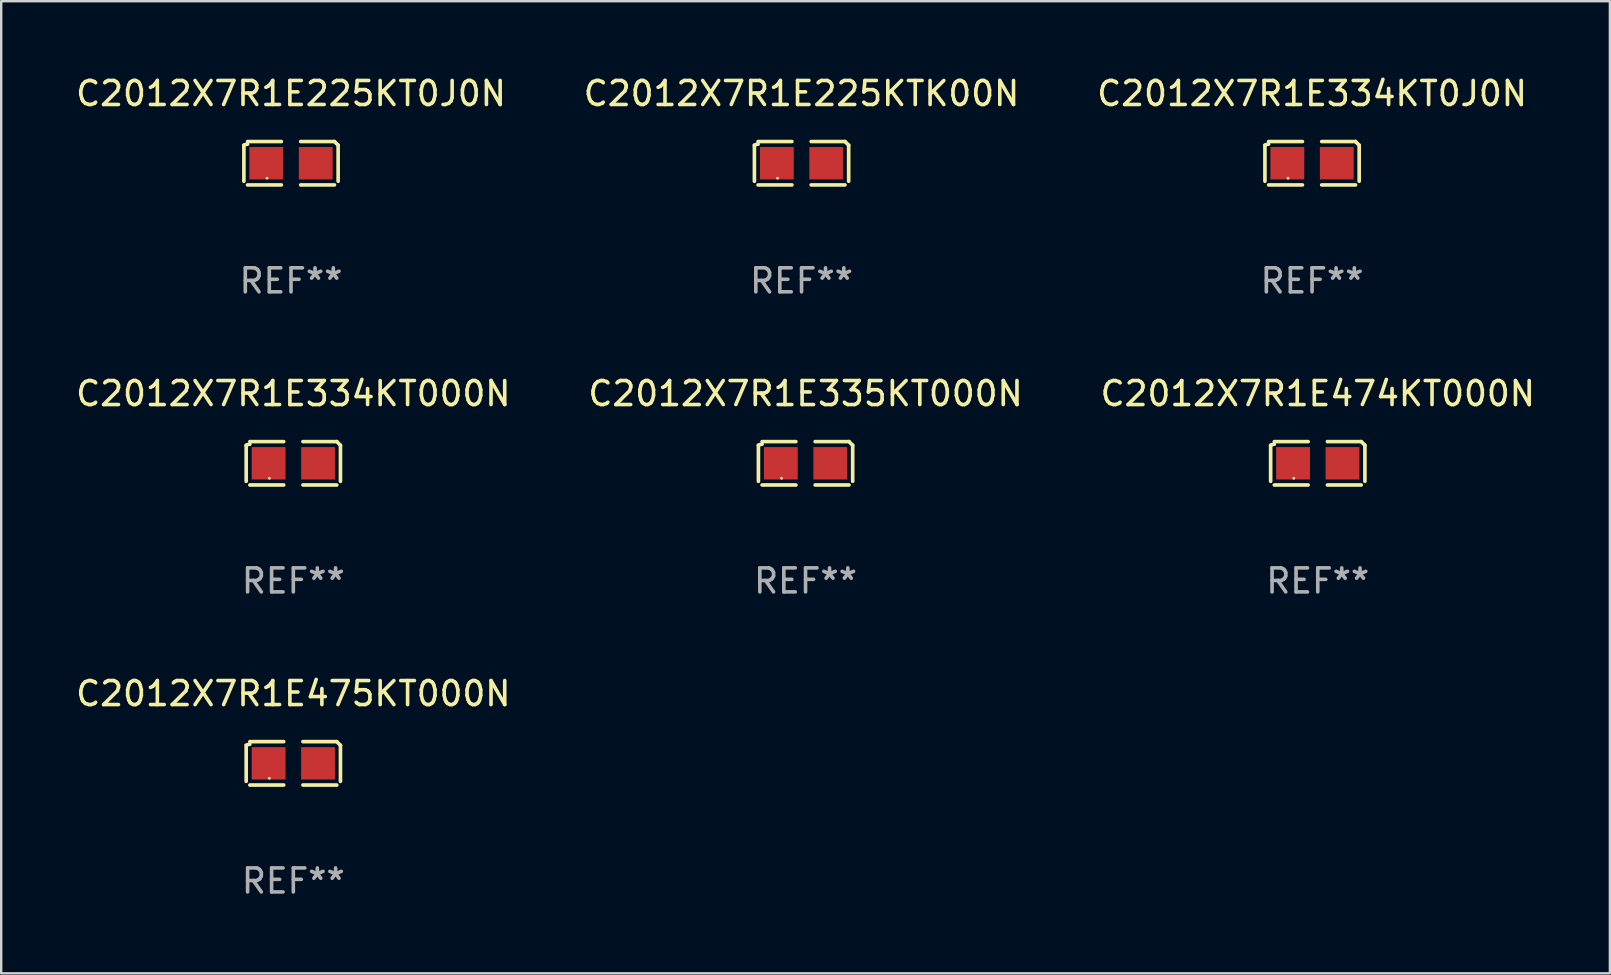
<source format=kicad_pcb>
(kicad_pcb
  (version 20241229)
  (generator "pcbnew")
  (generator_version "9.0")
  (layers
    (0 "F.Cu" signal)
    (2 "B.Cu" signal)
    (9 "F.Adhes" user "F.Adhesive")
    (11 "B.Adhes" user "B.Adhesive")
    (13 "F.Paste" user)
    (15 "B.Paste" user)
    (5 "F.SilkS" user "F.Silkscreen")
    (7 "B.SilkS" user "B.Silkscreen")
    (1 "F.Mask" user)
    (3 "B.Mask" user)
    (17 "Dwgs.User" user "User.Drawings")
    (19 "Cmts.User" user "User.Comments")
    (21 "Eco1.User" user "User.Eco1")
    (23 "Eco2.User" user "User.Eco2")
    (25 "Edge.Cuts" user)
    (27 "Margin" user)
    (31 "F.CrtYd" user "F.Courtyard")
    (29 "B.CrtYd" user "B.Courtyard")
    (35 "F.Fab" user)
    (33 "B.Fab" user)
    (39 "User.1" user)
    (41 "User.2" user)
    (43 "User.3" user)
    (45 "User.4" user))
  (footprint "C2012X7R1E225KTK00N"
    (layer "F.Cu")
    (at 30.351 3.752)
    (property "Reference" "C2012X7R1E225KTK00N" (at 0 -2.904 0) (layer "F.SilkS") (effects (font (size 1 1) (thickness 0.15))))
    (attr through_hole)
    (fp_line (start -1.964 0.751) (end -1.964 -0.751) (stroke (width 0.152) (type solid)) (layer "F.SilkS"))
    (fp_line (start -1.811 -0.904) (end -0.401 -0.904) (stroke (width 0.152) (type solid)) (layer "F.SilkS"))
    (fp_line (start -0.401 0.904) (end -1.811 0.904) (stroke (width 0.152) (type solid)) (layer "F.SilkS"))
    (fp_line (start 0.401 0.904) (end 1.811 0.904) (stroke (width 0.152) (type solid)) (layer "F.SilkS"))
    (fp_line (start 1.811 -0.904) (end 0.401 -0.904) (stroke (width 0.152) (type solid)) (layer "F.SilkS"))
    (fp_line (start 1.964 0.751) (end 1.964 -0.751) (stroke (width 0.152) (type solid)) (layer "F.SilkS"))
    (fp_arc (start -1.963602 -0.751207) (mid -1.890354 -0.783131) (end -1.811201 -0.794044) (stroke (width 0.1524) (type solid)) (layer "F.SilkS"))
    (fp_arc (start 1.811202 -0.903607) (mid 1.887413 -0.827418) (end 1.963602 -0.751207) (stroke (width 0.1524) (type solid)) (layer "F.SilkS"))
    (fp_circle (center -1 0.625) (end -0.97 0.625) (stroke (width 0.06) (type solid)) (fill no) (layer "F.SilkS"))
    (fp_text user "REF**" (at 0 4.904 0) (layer "F.Fab") (effects (font (size 1 1) (thickness 0.15))))
    (pad "1" smd rect (at -1.03 0) (size 1.41 1.35) (layers "F.Cu" "F.Mask" "F.Paste"))
    (pad "2" smd rect (at 1.03 0) (size 1.41 1.35) (layers "F.Cu" "F.Mask" "F.Paste")))
  (footprint "C2012X7R1E475KT000N"
    (layer "F.Cu")
    (at 9.173 28.759)
    (property "Reference" "C2012X7R1E475KT000N" (at 0 -2.904 0) (layer "F.SilkS") (effects (font (size 1 1) (thickness 0.15))))
    (attr through_hole)
    (fp_line (start -1.964 0.751) (end -1.964 -0.751) (stroke (width 0.152) (type solid)) (layer "F.SilkS"))
    (fp_line (start -1.811 -0.904) (end -0.401 -0.904) (stroke (width 0.152) (type solid)) (layer "F.SilkS"))
    (fp_line (start -0.401 0.904) (end -1.811 0.904) (stroke (width 0.152) (type solid)) (layer "F.SilkS"))
    (fp_line (start 0.401 0.904) (end 1.811 0.904) (stroke (width 0.152) (type solid)) (layer "F.SilkS"))
    (fp_line (start 1.811 -0.904) (end 0.401 -0.904) (stroke (width 0.152) (type solid)) (layer "F.SilkS"))
    (fp_line (start 1.964 0.751) (end 1.964 -0.751) (stroke (width 0.152) (type solid)) (layer "F.SilkS"))
    (fp_arc (start -1.963602 -0.751207) (mid -1.890354 -0.783131) (end -1.811201 -0.794044) (stroke (width 0.1524) (type solid)) (layer "F.SilkS"))
    (fp_arc (start 1.811202 -0.903607) (mid 1.887413 -0.827418) (end 1.963602 -0.751207) (stroke (width 0.1524) (type solid)) (layer "F.SilkS"))
    (fp_circle (center -1 0.625) (end -0.97 0.625) (stroke (width 0.06) (type solid)) (fill no) (layer "F.SilkS"))
    (fp_text user "REF**" (at 0 4.904 0) (layer "F.Fab") (effects (font (size 1 1) (thickness 0.15))))
    (pad "1" smd rect (at -1.03 0) (size 1.41 1.35) (layers "F.Cu" "F.Mask" "F.Paste"))
    (pad "2" smd rect (at 1.03 0) (size 1.41 1.35) (layers "F.Cu" "F.Mask" "F.Paste")))
  (footprint "C2012X7R1E225KT0J0N"
    (layer "F.Cu")
    (at 9.077 3.752)
    (property "Reference" "C2012X7R1E225KT0J0N" (at 0 -2.904 0) (layer "F.SilkS") (effects (font (size 1 1) (thickness 0.15))))
    (attr through_hole)
    (fp_line (start -1.964 0.751) (end -1.964 -0.751) (stroke (width 0.152) (type solid)) (layer "F.SilkS"))
    (fp_line (start -1.811 -0.904) (end -0.401 -0.904) (stroke (width 0.152) (type solid)) (layer "F.SilkS"))
    (fp_line (start -0.401 0.904) (end -1.811 0.904) (stroke (width 0.152) (type solid)) (layer "F.SilkS"))
    (fp_line (start 0.401 0.904) (end 1.811 0.904) (stroke (width 0.152) (type solid)) (layer "F.SilkS"))
    (fp_line (start 1.811 -0.904) (end 0.401 -0.904) (stroke (width 0.152) (type solid)) (layer "F.SilkS"))
    (fp_line (start 1.964 0.751) (end 1.964 -0.751) (stroke (width 0.152) (type solid)) (layer "F.SilkS"))
    (fp_arc (start -1.963602 -0.751207) (mid -1.890354 -0.783131) (end -1.811201 -0.794044) (stroke (width 0.1524) (type solid)) (layer "F.SilkS"))
    (fp_arc (start 1.811202 -0.903607) (mid 1.887413 -0.827418) (end 1.963602 -0.751207) (stroke (width 0.1524) (type solid)) (layer "F.SilkS"))
    (fp_circle (center -1 0.625) (end -0.97 0.625) (stroke (width 0.06) (type solid)) (fill no) (layer "F.SilkS"))
    (fp_text user "REF**" (at 0 4.904 0) (layer "F.Fab") (effects (font (size 1 1) (thickness 0.15))))
    (pad "1" smd rect (at -1.03 0) (size 1.41 1.35) (layers "F.Cu" "F.Mask" "F.Paste"))
    (pad "2" smd rect (at 1.03 0) (size 1.41 1.35) (layers "F.Cu" "F.Mask" "F.Paste")))
  (footprint "C2012X7R1E334KT000N"
    (layer "F.Cu")
    (at 9.173 16.256)
    (property "Reference" "C2012X7R1E334KT000N" (at 0 -2.904 0) (layer "F.SilkS") (effects (font (size 1 1) (thickness 0.15))))
    (attr through_hole)
    (fp_line (start -1.964 0.751) (end -1.964 -0.751) (stroke (width 0.152) (type solid)) (layer "F.SilkS"))
    (fp_line (start -1.811 -0.904) (end -0.401 -0.904) (stroke (width 0.152) (type solid)) (layer "F.SilkS"))
    (fp_line (start -0.401 0.904) (end -1.811 0.904) (stroke (width 0.152) (type solid)) (layer "F.SilkS"))
    (fp_line (start 0.401 0.904) (end 1.811 0.904) (stroke (width 0.152) (type solid)) (layer "F.SilkS"))
    (fp_line (start 1.811 -0.904) (end 0.401 -0.904) (stroke (width 0.152) (type solid)) (layer "F.SilkS"))
    (fp_line (start 1.964 0.751) (end 1.964 -0.751) (stroke (width 0.152) (type solid)) (layer "F.SilkS"))
    (fp_arc (start -1.963602 -0.751207) (mid -1.890354 -0.783131) (end -1.811201 -0.794044) (stroke (width 0.1524) (type solid)) (layer "F.SilkS"))
    (fp_arc (start 1.811202 -0.903607) (mid 1.887413 -0.827418) (end 1.963602 -0.751207) (stroke (width 0.1524) (type solid)) (layer "F.SilkS"))
    (fp_circle (center -1 0.625) (end -0.97 0.625) (stroke (width 0.06) (type solid)) (fill no) (layer "F.SilkS"))
    (fp_text user "REF**" (at 0 4.904 0) (layer "F.Fab") (effects (font (size 1 1) (thickness 0.15))))
    (pad "1" smd rect (at -1.03 0) (size 1.41 1.35) (layers "F.Cu" "F.Mask" "F.Paste"))
    (pad "2" smd rect (at 1.03 0) (size 1.41 1.35) (layers "F.Cu" "F.Mask" "F.Paste")))
  (footprint "C2012X7R1E334KT0J0N"
    (layer "F.Cu")
    (at 51.625 3.752)
    (property "Reference" "C2012X7R1E334KT0J0N" (at 0 -2.904 0) (layer "F.SilkS") (effects (font (size 1 1) (thickness 0.15))))
    (attr through_hole)
    (fp_line (start -1.964 0.751) (end -1.964 -0.751) (stroke (width 0.152) (type solid)) (layer "F.SilkS"))
    (fp_line (start -1.811 -0.904) (end -0.401 -0.904) (stroke (width 0.152) (type solid)) (layer "F.SilkS"))
    (fp_line (start -0.401 0.904) (end -1.811 0.904) (stroke (width 0.152) (type solid)) (layer "F.SilkS"))
    (fp_line (start 0.401 0.904) (end 1.811 0.904) (stroke (width 0.152) (type solid)) (layer "F.SilkS"))
    (fp_line (start 1.811 -0.904) (end 0.401 -0.904) (stroke (width 0.152) (type solid)) (layer "F.SilkS"))
    (fp_line (start 1.964 0.751) (end 1.964 -0.751) (stroke (width 0.152) (type solid)) (layer "F.SilkS"))
    (fp_arc (start -1.963602 -0.751207) (mid -1.890354 -0.783131) (end -1.811201 -0.794044) (stroke (width 0.1524) (type solid)) (layer "F.SilkS"))
    (fp_arc (start 1.811202 -0.903607) (mid 1.887413 -0.827418) (end 1.963602 -0.751207) (stroke (width 0.1524) (type solid)) (layer "F.SilkS"))
    (fp_circle (center -1 0.625) (end -0.97 0.625) (stroke (width 0.06) (type solid)) (fill no) (layer "F.SilkS"))
    (fp_text user "REF**" (at 0 4.904 0) (layer "F.Fab") (effects (font (size 1 1) (thickness 0.15))))
    (pad "1" smd rect (at -1.03 0) (size 1.41 1.35) (layers "F.Cu" "F.Mask" "F.Paste"))
    (pad "2" smd rect (at 1.03 0) (size 1.41 1.35) (layers "F.Cu" "F.Mask" "F.Paste")))
  (footprint "C2012X7R1E474KT000N"
    (layer "F.Cu")
    (at 51.863 16.256)
    (property "Reference" "C2012X7R1E474KT000N" (at 0 -2.904 0) (layer "F.SilkS") (effects (font (size 1 1) (thickness 0.15))))
    (attr through_hole)
    (fp_line (start -1.964 0.751) (end -1.964 -0.751) (stroke (width 0.152) (type solid)) (layer "F.SilkS"))
    (fp_line (start -1.811 -0.904) (end -0.401 -0.904) (stroke (width 0.152) (type solid)) (layer "F.SilkS"))
    (fp_line (start -0.401 0.904) (end -1.811 0.904) (stroke (width 0.152) (type solid)) (layer "F.SilkS"))
    (fp_line (start 0.401 0.904) (end 1.811 0.904) (stroke (width 0.152) (type solid)) (layer "F.SilkS"))
    (fp_line (start 1.811 -0.904) (end 0.401 -0.904) (stroke (width 0.152) (type solid)) (layer "F.SilkS"))
    (fp_line (start 1.964 0.751) (end 1.964 -0.751) (stroke (width 0.152) (type solid)) (layer "F.SilkS"))
    (fp_arc (start -1.963602 -0.751207) (mid -1.890354 -0.783131) (end -1.811201 -0.794044) (stroke (width 0.1524) (type solid)) (layer "F.SilkS"))
    (fp_arc (start 1.811202 -0.903607) (mid 1.887413 -0.827418) (end 1.963602 -0.751207) (stroke (width 0.1524) (type solid)) (layer "F.SilkS"))
    (fp_circle (center -1 0.625) (end -0.97 0.625) (stroke (width 0.06) (type solid)) (fill no) (layer "F.SilkS"))
    (fp_text user "REF**" (at 0 4.904 0) (layer "F.Fab") (effects (font (size 1 1) (thickness 0.15))))
    (pad "1" smd rect (at -1.03 0) (size 1.41 1.35) (layers "F.Cu" "F.Mask" "F.Paste"))
    (pad "2" smd rect (at 1.03 0) (size 1.41 1.35) (layers "F.Cu" "F.Mask" "F.Paste")))
  (footprint "C2012X7R1E335KT000N"
    (layer "F.Cu")
    (at 30.518 16.256)
    (property "Reference" "C2012X7R1E335KT000N" (at 0 -2.904 0) (layer "F.SilkS") (effects (font (size 1 1) (thickness 0.15))))
    (attr through_hole)
    (fp_line (start -1.964 0.751) (end -1.964 -0.751) (stroke (width 0.152) (type solid)) (layer "F.SilkS"))
    (fp_line (start -1.811 -0.904) (end -0.401 -0.904) (stroke (width 0.152) (type solid)) (layer "F.SilkS"))
    (fp_line (start -0.401 0.904) (end -1.811 0.904) (stroke (width 0.152) (type solid)) (layer "F.SilkS"))
    (fp_line (start 0.401 0.904) (end 1.811 0.904) (stroke (width 0.152) (type solid)) (layer "F.SilkS"))
    (fp_line (start 1.811 -0.904) (end 0.401 -0.904) (stroke (width 0.152) (type solid)) (layer "F.SilkS"))
    (fp_line (start 1.964 0.751) (end 1.964 -0.751) (stroke (width 0.152) (type solid)) (layer "F.SilkS"))
    (fp_arc (start -1.963602 -0.751207) (mid -1.890354 -0.783131) (end -1.811201 -0.794044) (stroke (width 0.1524) (type solid)) (layer "F.SilkS"))
    (fp_arc (start 1.811202 -0.903607) (mid 1.887413 -0.827418) (end 1.963602 -0.751207) (stroke (width 0.1524) (type solid)) (layer "F.SilkS"))
    (fp_circle (center -1 0.625) (end -0.97 0.625) (stroke (width 0.06) (type solid)) (fill no) (layer "F.SilkS"))
    (fp_text user "REF**" (at 0 4.904 0) (layer "F.Fab") (effects (font (size 1 1) (thickness 0.15))))
    (pad "1" smd rect (at -1.03 0) (size 1.41 1.35) (layers "F.Cu" "F.Mask" "F.Paste"))
    (pad "2" smd rect (at 1.03 0) (size 1.41 1.35) (layers "F.Cu" "F.Mask" "F.Paste")))
  (gr_rect
    (start -3 -3)
    (end 64.036 37.511)
    (stroke (width 0.1) (type default))
    (fill no)
    (layer "Edge.Cuts")))
</source>
